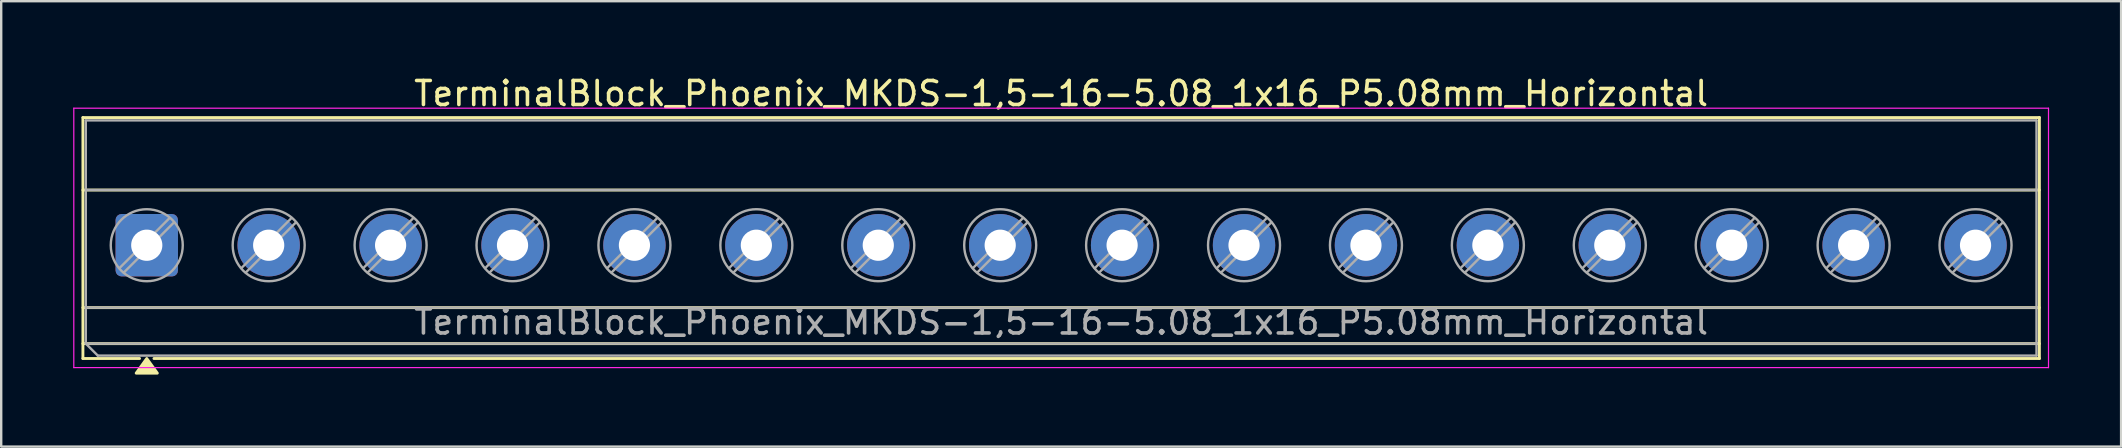
<source format=kicad_pcb>
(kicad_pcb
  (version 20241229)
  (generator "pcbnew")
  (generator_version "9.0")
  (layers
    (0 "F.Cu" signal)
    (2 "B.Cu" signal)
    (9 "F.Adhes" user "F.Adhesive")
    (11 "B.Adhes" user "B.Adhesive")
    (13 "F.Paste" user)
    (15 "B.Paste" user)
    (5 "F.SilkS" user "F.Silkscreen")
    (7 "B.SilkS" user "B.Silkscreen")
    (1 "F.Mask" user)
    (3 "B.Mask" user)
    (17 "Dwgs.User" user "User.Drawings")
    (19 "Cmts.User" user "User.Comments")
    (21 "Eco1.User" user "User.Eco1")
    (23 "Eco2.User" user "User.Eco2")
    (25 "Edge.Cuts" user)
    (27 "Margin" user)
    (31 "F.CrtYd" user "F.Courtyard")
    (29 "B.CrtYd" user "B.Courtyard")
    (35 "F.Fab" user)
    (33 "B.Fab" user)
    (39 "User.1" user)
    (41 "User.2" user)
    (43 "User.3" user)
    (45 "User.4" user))
  (footprint "TerminalBlock_Phoenix_MKDS-1,5-16-5.08_1x16_P5.08mm_Horizontal"
    (layer "F.Cu")
    (at 3.065 7.168)
    (property "Reference" "TerminalBlock_Phoenix_MKDS-1,5-16-5.08_1x16_P5.08mm_Horizontal" (at 38.1 -6.32 0) (layer "F.SilkS") (effects (font (size 1 1) (thickness 0.15))))
    (attr through_hole)
    (fp_line (start -2.66 -5.32) (end -2.66 4.72) (stroke (width 0.12) (type solid)) (layer "F.SilkS"))
    (fp_line (start -2.66 -5.32) (end 78.86 -5.32) (stroke (width 0.12) (type solid)) (layer "F.SilkS"))
    (fp_line (start -2.66 -2.3) (end 78.86 -2.3) (stroke (width 0.12) (type solid)) (layer "F.SilkS"))
    (fp_line (start -2.66 2.6) (end 78.86 2.6) (stroke (width 0.12) (type solid)) (layer "F.SilkS"))
    (fp_line (start -2.66 4.1) (end 78.86 4.1) (stroke (width 0.12) (type solid)) (layer "F.SilkS"))
    (fp_line (start -2.66 4.72) (end -0.3 4.72) (stroke (width 0.12) (type solid)) (layer "F.SilkS"))
    (fp_line (start 0.3 4.72) (end 78.86 4.72) (stroke (width 0.12) (type solid)) (layer "F.SilkS"))
    (fp_line (start 78.86 -5.32) (end 78.86 4.72) (stroke (width 0.12) (type solid)) (layer "F.SilkS"))
    (fp_poly (pts (xy 0 4.72) (xy 0.44 5.33) (xy -0.44 5.33)) (stroke (width 0.12) (type solid)) (fill yes) (layer "F.SilkS"))
    (fp_line (start -3.04 -5.71) (end -3.04 5.1) (stroke (width 0.05) (type solid)) (layer "F.CrtYd"))
    (fp_line (start -3.04 5.1) (end 79.24 5.1) (stroke (width 0.05) (type solid)) (layer "F.CrtYd"))
    (fp_line (start 79.24 -5.71) (end -3.04 -5.71) (stroke (width 0.05) (type solid)) (layer "F.CrtYd"))
    (fp_line (start 79.24 5.1) (end 79.24 -5.71) (stroke (width 0.05) (type solid)) (layer "F.CrtYd"))
    (fp_line (start -2.54 -5.2) (end 78.74 -5.2) (stroke (width 0.1) (type solid)) (layer "F.Fab"))
    (fp_line (start -2.54 -2.3) (end 78.74 -2.3) (stroke (width 0.1) (type solid)) (layer "F.Fab"))
    (fp_line (start -2.54 2.6) (end 78.74 2.6) (stroke (width 0.1) (type solid)) (layer "F.Fab"))
    (fp_line (start -2.54 4.1) (end -2.54 -5.2) (stroke (width 0.1) (type solid)) (layer "F.Fab"))
    (fp_line (start -2.54 4.1) (end 78.74 4.1) (stroke (width 0.1) (type solid)) (layer "F.Fab"))
    (fp_line (start -2.04 4.6) (end -2.54 4.1) (stroke (width 0.1) (type solid)) (layer "F.Fab"))
    (fp_line (start 0.955 -1.138) (end -1.138 0.954) (stroke (width 0.1) (type solid)) (layer "F.Fab"))
    (fp_line (start 1.138 -0.954) (end -0.955 1.137) (stroke (width 0.1) (type solid)) (layer "F.Fab"))
    (fp_line (start 6.035 -1.138) (end 3.942 0.954) (stroke (width 0.1) (type solid)) (layer "F.Fab"))
    (fp_line (start 6.218 -0.954) (end 4.125 1.137) (stroke (width 0.1) (type solid)) (layer "F.Fab"))
    (fp_line (start 11.115 -1.138) (end 9.022 0.954) (stroke (width 0.1) (type solid)) (layer "F.Fab"))
    (fp_line (start 11.298 -0.954) (end 9.205 1.137) (stroke (width 0.1) (type solid)) (layer "F.Fab"))
    (fp_line (start 16.195 -1.138) (end 14.102 0.954) (stroke (width 0.1) (type solid)) (layer "F.Fab"))
    (fp_line (start 16.378 -0.954) (end 14.285 1.137) (stroke (width 0.1) (type solid)) (layer "F.Fab"))
    (fp_line (start 21.275 -1.138) (end 19.182 0.954) (stroke (width 0.1) (type solid)) (layer "F.Fab"))
    (fp_line (start 21.458 -0.954) (end 19.365 1.137) (stroke (width 0.1) (type solid)) (layer "F.Fab"))
    (fp_line (start 26.355 -1.138) (end 24.262 0.954) (stroke (width 0.1) (type solid)) (layer "F.Fab"))
    (fp_line (start 26.538 -0.954) (end 24.445 1.137) (stroke (width 0.1) (type solid)) (layer "F.Fab"))
    (fp_line (start 31.435 -1.138) (end 29.342 0.954) (stroke (width 0.1) (type solid)) (layer "F.Fab"))
    (fp_line (start 31.618 -0.954) (end 29.525 1.137) (stroke (width 0.1) (type solid)) (layer "F.Fab"))
    (fp_line (start 36.515 -1.138) (end 34.422 0.954) (stroke (width 0.1) (type solid)) (layer "F.Fab"))
    (fp_line (start 36.698 -0.954) (end 34.605 1.137) (stroke (width 0.1) (type solid)) (layer "F.Fab"))
    (fp_line (start 41.595 -1.138) (end 39.502 0.954) (stroke (width 0.1) (type solid)) (layer "F.Fab"))
    (fp_line (start 41.778 -0.954) (end 39.685 1.137) (stroke (width 0.1) (type solid)) (layer "F.Fab"))
    (fp_line (start 46.675 -1.138) (end 44.582 0.954) (stroke (width 0.1) (type solid)) (layer "F.Fab"))
    (fp_line (start 46.858 -0.954) (end 44.765 1.137) (stroke (width 0.1) (type solid)) (layer "F.Fab"))
    (fp_line (start 51.755 -1.138) (end 49.662 0.954) (stroke (width 0.1) (type solid)) (layer "F.Fab"))
    (fp_line (start 51.938 -0.954) (end 49.845 1.137) (stroke (width 0.1) (type solid)) (layer "F.Fab"))
    (fp_line (start 56.835 -1.138) (end 54.742 0.954) (stroke (width 0.1) (type solid)) (layer "F.Fab"))
    (fp_line (start 57.018 -0.954) (end 54.925 1.137) (stroke (width 0.1) (type solid)) (layer "F.Fab"))
    (fp_line (start 61.915 -1.138) (end 59.822 0.954) (stroke (width 0.1) (type solid)) (layer "F.Fab"))
    (fp_line (start 62.098 -0.954) (end 60.005 1.137) (stroke (width 0.1) (type solid)) (layer "F.Fab"))
    (fp_line (start 66.995 -1.138) (end 64.902 0.954) (stroke (width 0.1) (type solid)) (layer "F.Fab"))
    (fp_line (start 67.178 -0.954) (end 65.085 1.137) (stroke (width 0.1) (type solid)) (layer "F.Fab"))
    (fp_line (start 72.075 -1.138) (end 69.982 0.954) (stroke (width 0.1) (type solid)) (layer "F.Fab"))
    (fp_line (start 72.258 -0.954) (end 70.165 1.137) (stroke (width 0.1) (type solid)) (layer "F.Fab"))
    (fp_line (start 77.155 -1.138) (end 75.062 0.954) (stroke (width 0.1) (type solid)) (layer "F.Fab"))
    (fp_line (start 77.338 -0.954) (end 75.245 1.137) (stroke (width 0.1) (type solid)) (layer "F.Fab"))
    (fp_line (start 78.74 -5.2) (end 78.74 4.6) (stroke (width 0.1) (type solid)) (layer "F.Fab"))
    (fp_line (start 78.74 4.6) (end -2.04 4.6) (stroke (width 0.1) (type solid)) (layer "F.Fab"))
    (fp_circle (center 0 0) (end 1.5 0) (stroke (width 0.1) (type solid)) (fill no) (layer "F.Fab"))
    (fp_circle (center 5.08 0) (end 6.58 0) (stroke (width 0.1) (type solid)) (fill no) (layer "F.Fab"))
    (fp_circle (center 10.16 0) (end 11.66 0) (stroke (width 0.1) (type solid)) (fill no) (layer "F.Fab"))
    (fp_circle (center 15.24 0) (end 16.74 0) (stroke (width 0.1) (type solid)) (fill no) (layer "F.Fab"))
    (fp_circle (center 20.32 0) (end 21.82 0) (stroke (width 0.1) (type solid)) (fill no) (layer "F.Fab"))
    (fp_circle (center 25.4 0) (end 26.9 0) (stroke (width 0.1) (type solid)) (fill no) (layer "F.Fab"))
    (fp_circle (center 30.48 0) (end 31.98 0) (stroke (width 0.1) (type solid)) (fill no) (layer "F.Fab"))
    (fp_circle (center 35.56 0) (end 37.06 0) (stroke (width 0.1) (type solid)) (fill no) (layer "F.Fab"))
    (fp_circle (center 40.64 0) (end 42.14 0) (stroke (width 0.1) (type solid)) (fill no) (layer "F.Fab"))
    (fp_circle (center 45.72 0) (end 47.22 0) (stroke (width 0.1) (type solid)) (fill no) (layer "F.Fab"))
    (fp_circle (center 50.8 0) (end 52.3 0) (stroke (width 0.1) (type solid)) (fill no) (layer "F.Fab"))
    (fp_circle (center 55.88 0) (end 57.38 0) (stroke (width 0.1) (type solid)) (fill no) (layer "F.Fab"))
    (fp_circle (center 60.96 0) (end 62.46 0) (stroke (width 0.1) (type solid)) (fill no) (layer "F.Fab"))
    (fp_circle (center 66.04 0) (end 67.54 0) (stroke (width 0.1) (type solid)) (fill no) (layer "F.Fab"))
    (fp_circle (center 71.12 0) (end 72.62 0) (stroke (width 0.1) (type solid)) (fill no) (layer "F.Fab"))
    (fp_circle (center 76.2 0) (end 77.7 0) (stroke (width 0.1) (type solid)) (fill no) (layer "F.Fab"))
    (fp_text user "${REFERENCE}" (at 38.1 3.2 0) (layer "F.Fab") (effects (font (size 1 1) (thickness 0.15))))
    (pad "1" thru_hole roundrect (at 0 0) (size 2.6 2.6) (drill 1.3) (layers "*.Cu" "*.Mask") (roundrect_rratio 0.096))
    (pad "2" thru_hole circle (at 5.08 0) (size 2.6 2.6) (drill 1.3) (layers "*.Cu" "*.Mask"))
    (pad "3" thru_hole circle (at 10.16 0) (size 2.6 2.6) (drill 1.3) (layers "*.Cu" "*.Mask"))
    (pad "4" thru_hole circle (at 15.24 0) (size 2.6 2.6) (drill 1.3) (layers "*.Cu" "*.Mask"))
    (pad "5" thru_hole circle (at 20.32 0) (size 2.6 2.6) (drill 1.3) (layers "*.Cu" "*.Mask"))
    (pad "6" thru_hole circle (at 25.4 0) (size 2.6 2.6) (drill 1.3) (layers "*.Cu" "*.Mask"))
    (pad "7" thru_hole circle (at 30.48 0) (size 2.6 2.6) (drill 1.3) (layers "*.Cu" "*.Mask"))
    (pad "8" thru_hole circle (at 35.56 0) (size 2.6 2.6) (drill 1.3) (layers "*.Cu" "*.Mask"))
    (pad "9" thru_hole circle (at 40.64 0) (size 2.6 2.6) (drill 1.3) (layers "*.Cu" "*.Mask"))
    (pad "10" thru_hole circle (at 45.72 0) (size 2.6 2.6) (drill 1.3) (layers "*.Cu" "*.Mask"))
    (pad "11" thru_hole circle (at 50.8 0) (size 2.6 2.6) (drill 1.3) (layers "*.Cu" "*.Mask"))
    (pad "12" thru_hole circle (at 55.88 0) (size 2.6 2.6) (drill 1.3) (layers "*.Cu" "*.Mask"))
    (pad "13" thru_hole circle (at 60.96 0) (size 2.6 2.6) (drill 1.3) (layers "*.Cu" "*.Mask"))
    (pad "14" thru_hole circle (at 66.04 0) (size 2.6 2.6) (drill 1.3) (layers "*.Cu" "*.Mask"))
    (pad "15" thru_hole circle (at 71.12 0) (size 2.6 2.6) (drill 1.3) (layers "*.Cu" "*.Mask"))
    (pad "16" thru_hole circle (at 76.2 0) (size 2.6 2.6) (drill 1.3) (layers "*.Cu" "*.Mask")))
  (gr_rect
    (start -3 -3)
    (end 85.33 15.558)
    (stroke (width 0.1) (type default))
    (fill no)
    (layer "Edge.Cuts")))
</source>
